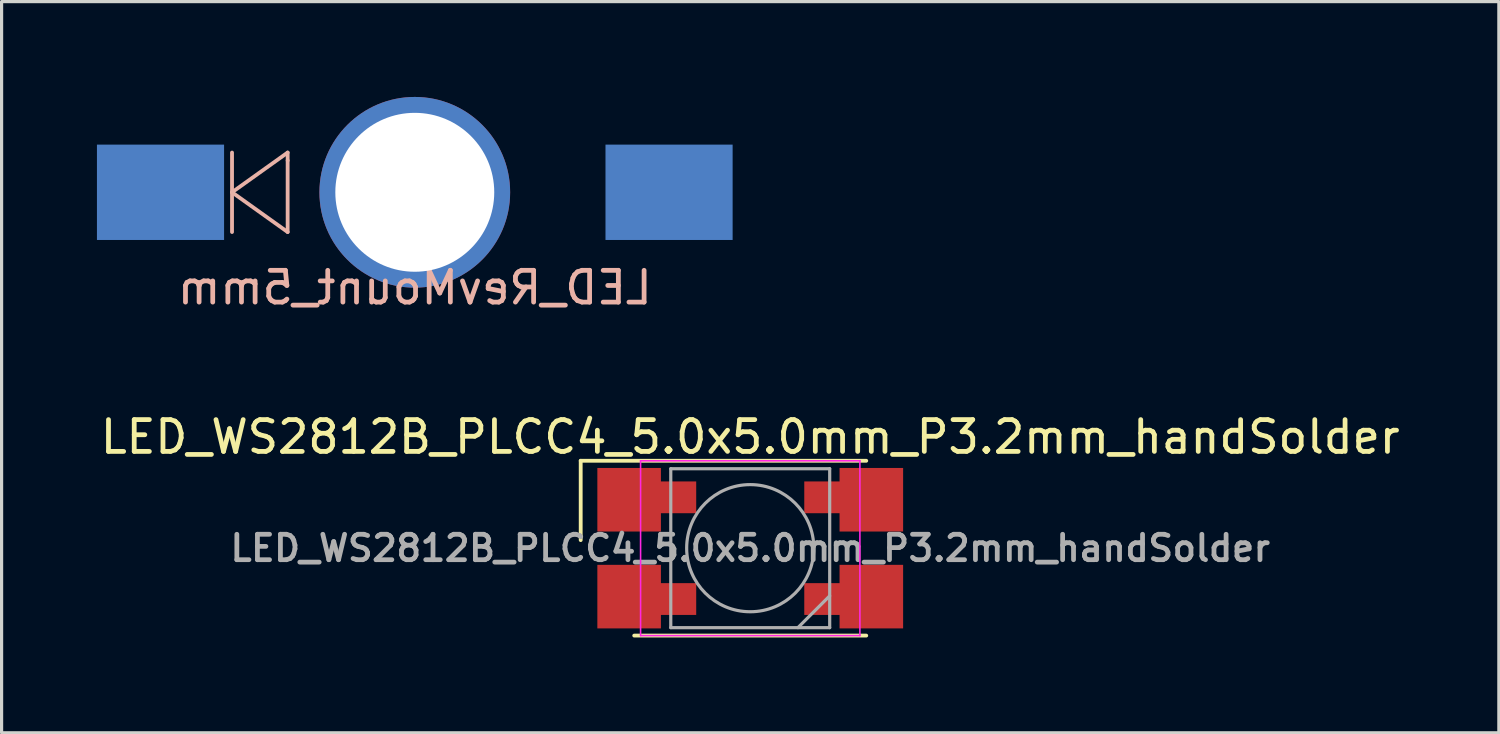
<source format=kicad_pcb>
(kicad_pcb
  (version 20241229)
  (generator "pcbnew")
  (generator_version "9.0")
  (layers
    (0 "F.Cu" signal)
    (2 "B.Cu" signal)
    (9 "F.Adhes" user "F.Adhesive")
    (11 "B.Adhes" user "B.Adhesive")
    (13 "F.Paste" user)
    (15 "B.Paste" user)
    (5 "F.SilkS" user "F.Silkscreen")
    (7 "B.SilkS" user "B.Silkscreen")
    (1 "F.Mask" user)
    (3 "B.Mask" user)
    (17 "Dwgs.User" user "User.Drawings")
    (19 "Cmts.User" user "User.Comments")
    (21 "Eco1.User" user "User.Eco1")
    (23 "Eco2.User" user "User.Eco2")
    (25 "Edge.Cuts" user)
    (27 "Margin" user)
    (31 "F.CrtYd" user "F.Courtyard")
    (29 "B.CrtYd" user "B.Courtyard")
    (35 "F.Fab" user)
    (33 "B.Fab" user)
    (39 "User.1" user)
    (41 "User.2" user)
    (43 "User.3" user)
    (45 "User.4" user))
  (footprint "LED_RevMount_5mm"
    (layer "F.Cu")
    (at 10 3)
    (property "Reference" "LED_RevMount_5mm" (at 0 3 0) (layer "B.SilkS") (effects (font (size 1 1) (thickness 0.15)) (justify mirror)))
    (attr through_hole)
    (fp_line (start -5.75 -1.25) (end -5.75 1.25) (stroke (width 0.12) (type solid)) (layer "B.SilkS"))
    (fp_line (start -5.75 0) (end -4 1.25) (stroke (width 0.12) (type solid)) (layer "B.SilkS"))
    (fp_line (start -4 -1.25) (end -5.75 0) (stroke (width 0.12) (type solid)) (layer "B.SilkS"))
    (fp_line (start -4 -1) (end -4 -1.25) (stroke (width 0.12) (type solid)) (layer "B.SilkS"))
    (fp_line (start -4 1.25) (end -4 -1) (stroke (width 0.12) (type solid)) (layer "B.SilkS"))
    (pad "1" smd rect (at -8 0) (size 4 3) (layers "B.Cu" "B.Mask" "B.Paste"))
    (pad "2" smd rect (at 8 0) (size 4 3) (layers "B.Cu" "B.Mask" "B.Paste"))
    (pad "MP" thru_hole circle (at 0 0) (size 6 6) (drill 5) (layers "*.Cu" "*.Mask")))
  (footprint "LED_WS2812B_PLCC4_5.0x5.0mm_P3.2mm_handSolder"
    (layer "F.Cu")
    (at 20.554 14.197)
    (property "Reference" "LED_WS2812B_PLCC4_5.0x5.0mm_P3.2mm_handSolder" (at 0 -3.5 0) (layer "F.SilkS") (effects (font (size 1 1) (thickness 0.15))))
    (attr smd)
    (fp_line (start -5.334 -2.75) (end -5.334 -0.254) (stroke (width 0.12) (type solid)) (layer "F.SilkS"))
    (fp_line (start -5.334 -2.75) (end 3.65 -2.75) (stroke (width 0.12) (type solid)) (layer "F.SilkS"))
    (fp_line (start -3.65 2.75) (end 3.65 2.75) (stroke (width 0.12) (type solid)) (layer "F.SilkS"))
    (fp_line (start -3.45 -2.75) (end -3.45 2.75) (stroke (width 0.05) (type solid)) (layer "F.CrtYd"))
    (fp_line (start -3.45 2.75) (end 3.45 2.75) (stroke (width 0.05) (type solid)) (layer "F.CrtYd"))
    (fp_line (start 3.45 -2.75) (end -3.45 -2.75) (stroke (width 0.05) (type solid)) (layer "F.CrtYd"))
    (fp_line (start 3.45 2.75) (end 3.45 -2.75) (stroke (width 0.05) (type solid)) (layer "F.CrtYd"))
    (fp_line (start -2.5 -2.5) (end -2.5 2.5) (stroke (width 0.1) (type solid)) (layer "F.Fab"))
    (fp_line (start -2.5 2.5) (end 2.5 2.5) (stroke (width 0.1) (type solid)) (layer "F.Fab"))
    (fp_line (start 2.5 -2.5) (end -2.5 -2.5) (stroke (width 0.1) (type solid)) (layer "F.Fab"))
    (fp_line (start 2.5 1.5) (end 1.5 2.5) (stroke (width 0.1) (type solid)) (layer "F.Fab"))
    (fp_line (start 2.5 2.5) (end 2.5 -2.5) (stroke (width 0.1) (type solid)) (layer "F.Fab"))
    (fp_circle (center 0 0) (end 0 -2) (stroke (width 0.1) (type solid)) (fill no) (layer "F.Fab"))
    (fp_text user "${REFERENCE}" (at 0 0 0) (layer "F.Fab") (effects (font (size 0.8 0.8) (thickness 0.15))))
    (pad "1" smd rect (at -3.81 -1.524) (size 2 2) (layers "F.Cu" "F.Mask" "F.Paste"))
    (pad "1" smd rect (at -2.45 -1.6) (size 1.5 1) (layers "F.Cu" "F.Mask" "F.Paste"))
    (pad "2" smd rect (at -3.81 1.524) (size 2 2) (layers "F.Cu" "F.Mask" "F.Paste"))
    (pad "2" smd rect (at -2.45 1.6) (size 1.5 1) (layers "F.Cu" "F.Mask" "F.Paste"))
    (pad "3" smd rect (at 2.45 1.6) (size 1.5 1) (layers "F.Cu" "F.Mask" "F.Paste"))
    (pad "3" smd rect (at 3.81 1.524) (size 2 2) (layers "F.Cu" "F.Mask" "F.Paste"))
    (pad "4" smd rect (at 2.45 -1.6) (size 1.5 1) (layers "F.Cu" "F.Mask" "F.Paste"))
    (pad "4" smd rect (at 3.81 -1.524) (size 2 2) (layers "F.Cu" "F.Mask" "F.Paste")))
  (gr_rect
    (start -3 -3)
    (end 44.107 20.006)
    (stroke (width 0.1) (type default))
    (fill no)
    (layer "Edge.Cuts")))
</source>
